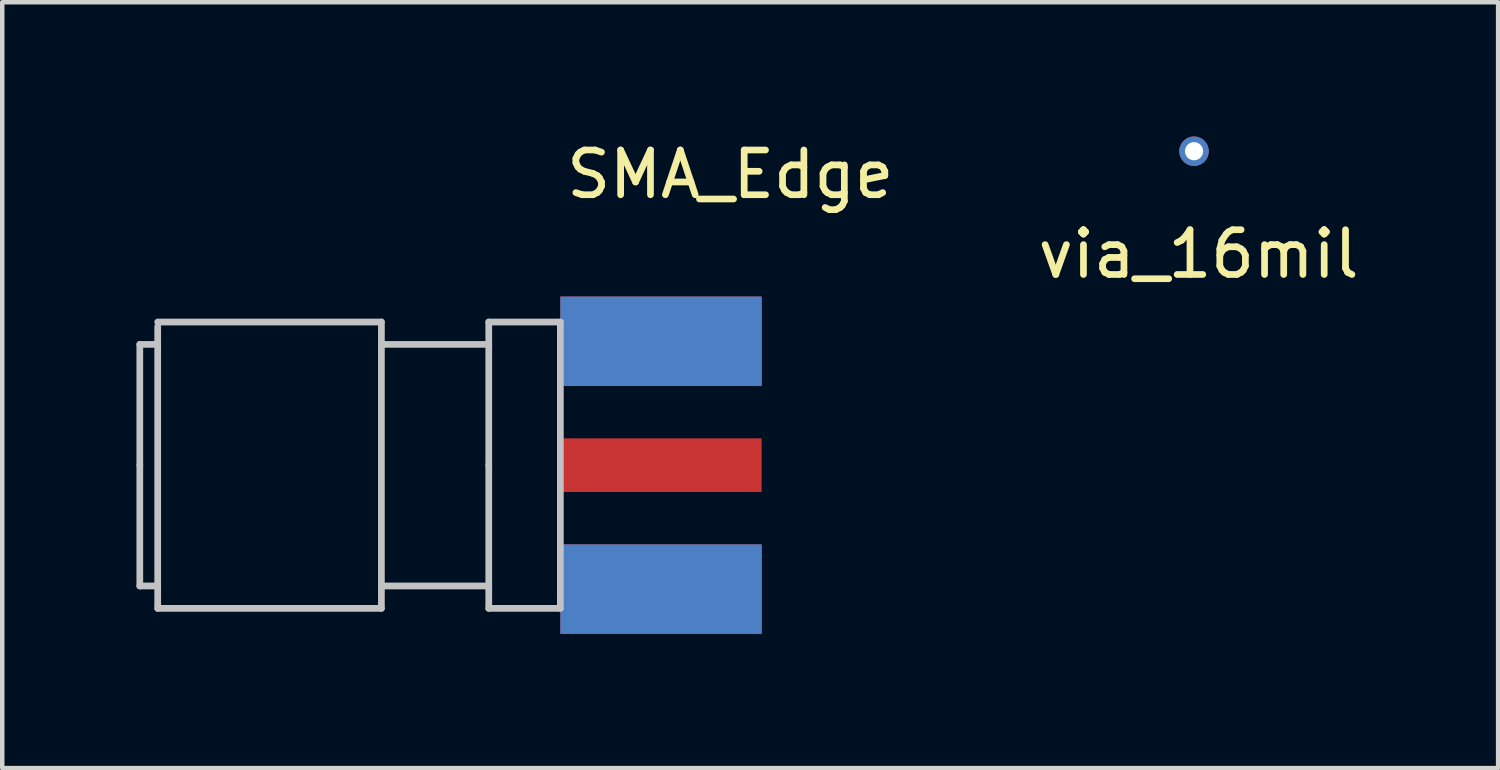
<source format=kicad_pcb>
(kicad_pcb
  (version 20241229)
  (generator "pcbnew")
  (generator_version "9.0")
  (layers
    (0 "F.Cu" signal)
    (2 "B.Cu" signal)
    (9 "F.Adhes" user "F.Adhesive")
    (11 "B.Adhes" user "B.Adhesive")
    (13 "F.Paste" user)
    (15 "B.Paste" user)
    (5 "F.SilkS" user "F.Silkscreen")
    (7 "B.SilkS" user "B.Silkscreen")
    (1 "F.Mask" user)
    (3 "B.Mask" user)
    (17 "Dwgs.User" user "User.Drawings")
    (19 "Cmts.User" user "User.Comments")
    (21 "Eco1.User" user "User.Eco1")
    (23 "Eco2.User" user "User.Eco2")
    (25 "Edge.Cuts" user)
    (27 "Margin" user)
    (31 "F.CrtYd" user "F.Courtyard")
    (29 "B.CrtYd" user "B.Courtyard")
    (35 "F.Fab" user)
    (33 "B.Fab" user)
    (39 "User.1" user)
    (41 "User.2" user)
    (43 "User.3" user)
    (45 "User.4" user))
  (footprint "SMA_Edge"
    (layer "F.Cu")
    (at 9.475 7.348)
    (property "Reference" "SMA_Edge" (at 3.8 -6.5 0) (layer "F.SilkS") (effects (font (size 1 1) (thickness 0.15))))
    (attr through_hole)
    (fp_line (start -9 -3.1) (end -9 -3.2) (stroke (width 0.15) (type solid)) (layer "B.Mask"))
    (fp_line (start -9.4 -2.7) (end -9 -2.7) (stroke (width 0.15) (type solid)) (layer "Dwgs.User"))
    (fp_line (start -9.4 0) (end -9.4 -2.7) (stroke (width 0.15) (type solid)) (layer "Dwgs.User"))
    (fp_line (start -9.4 2.7) (end -9.4 0) (stroke (width 0.15) (type solid)) (layer "Dwgs.User"))
    (fp_line (start -9.4 2.7) (end -9 2.7) (stroke (width 0.15) (type solid)) (layer "Dwgs.User"))
    (fp_line (start -9 -3.2) (end -4 -3.2) (stroke (width 0.15) (type solid)) (layer "Dwgs.User"))
    (fp_line (start -9 3.2) (end -9 -3.1) (stroke (width 0.15) (type solid)) (layer "Dwgs.User"))
    (fp_line (start -4 -3.2) (end -4 3.2) (stroke (width 0.15) (type solid)) (layer "Dwgs.User"))
    (fp_line (start -4 3.2) (end -9 3.2) (stroke (width 0.15) (type solid)) (layer "Dwgs.User"))
    (fp_line (start -1.6 -3.2) (end 0 -3.2) (stroke (width 0.15) (type solid)) (layer "Dwgs.User"))
    (fp_line (start -1.6 -2.7) (end -4 -2.7) (stroke (width 0.15) (type solid)) (layer "Dwgs.User"))
    (fp_line (start -1.6 0) (end -1.6 -3.2) (stroke (width 0.15) (type solid)) (layer "Dwgs.User"))
    (fp_line (start -1.6 2.7) (end -4 2.7) (stroke (width 0.15) (type solid)) (layer "Dwgs.User"))
    (fp_line (start -1.6 3.2) (end -1.6 0) (stroke (width 0.15) (type solid)) (layer "Dwgs.User"))
    (fp_line (start 0 -3.2) (end 0 3.2) (stroke (width 0.15) (type solid)) (layer "Dwgs.User"))
    (fp_line (start 0 3.2) (end -1.6 3.2) (stroke (width 0.15) (type solid)) (layer "Dwgs.User"))
    (pad "1" smd rect (at 2.25 0) (size 4.5 1.2) (layers "F.Cu" "F.Mask" "F.Paste"))
    (pad "2" smd rect (at 2.25 -2.77) (size 4.5 2) (layers "F.Cu" "F.Mask" "F.Paste"))
    (pad "3" smd rect (at 2.25 -2.77) (size 4.5 2) (layers "F.Mask" "B.Cu" "F.Paste"))
    (pad "4" smd rect (at 2.25 2.77) (size 4.5 2) (layers "F.Cu" "F.Mask" "F.Paste"))
    (pad "5" smd rect (at 2.25 2.77) (size 4.5 2) (layers "F.Mask" "B.Cu" "F.Paste")))
  (footprint "via_16mil"
    (layer "F.Cu")
    (at 23.639 0.33)
    (property "Reference" "via_16mil" (at 0.1 2.3 0) (layer "F.SilkS") (effects (font (size 1 1) (thickness 0.15))))
    (attr through_hole)
    (pad "1" thru_hole circle (at 0 0) (size 0.66 0.66) (drill 0.406) (layers "*.Cu" "*.Mask")))
  (gr_rect
    (start -3 -3)
    (end 30.436 14.118)
    (stroke (width 0.1) (type default))
    (fill no)
    (layer "Edge.Cuts")))
</source>
